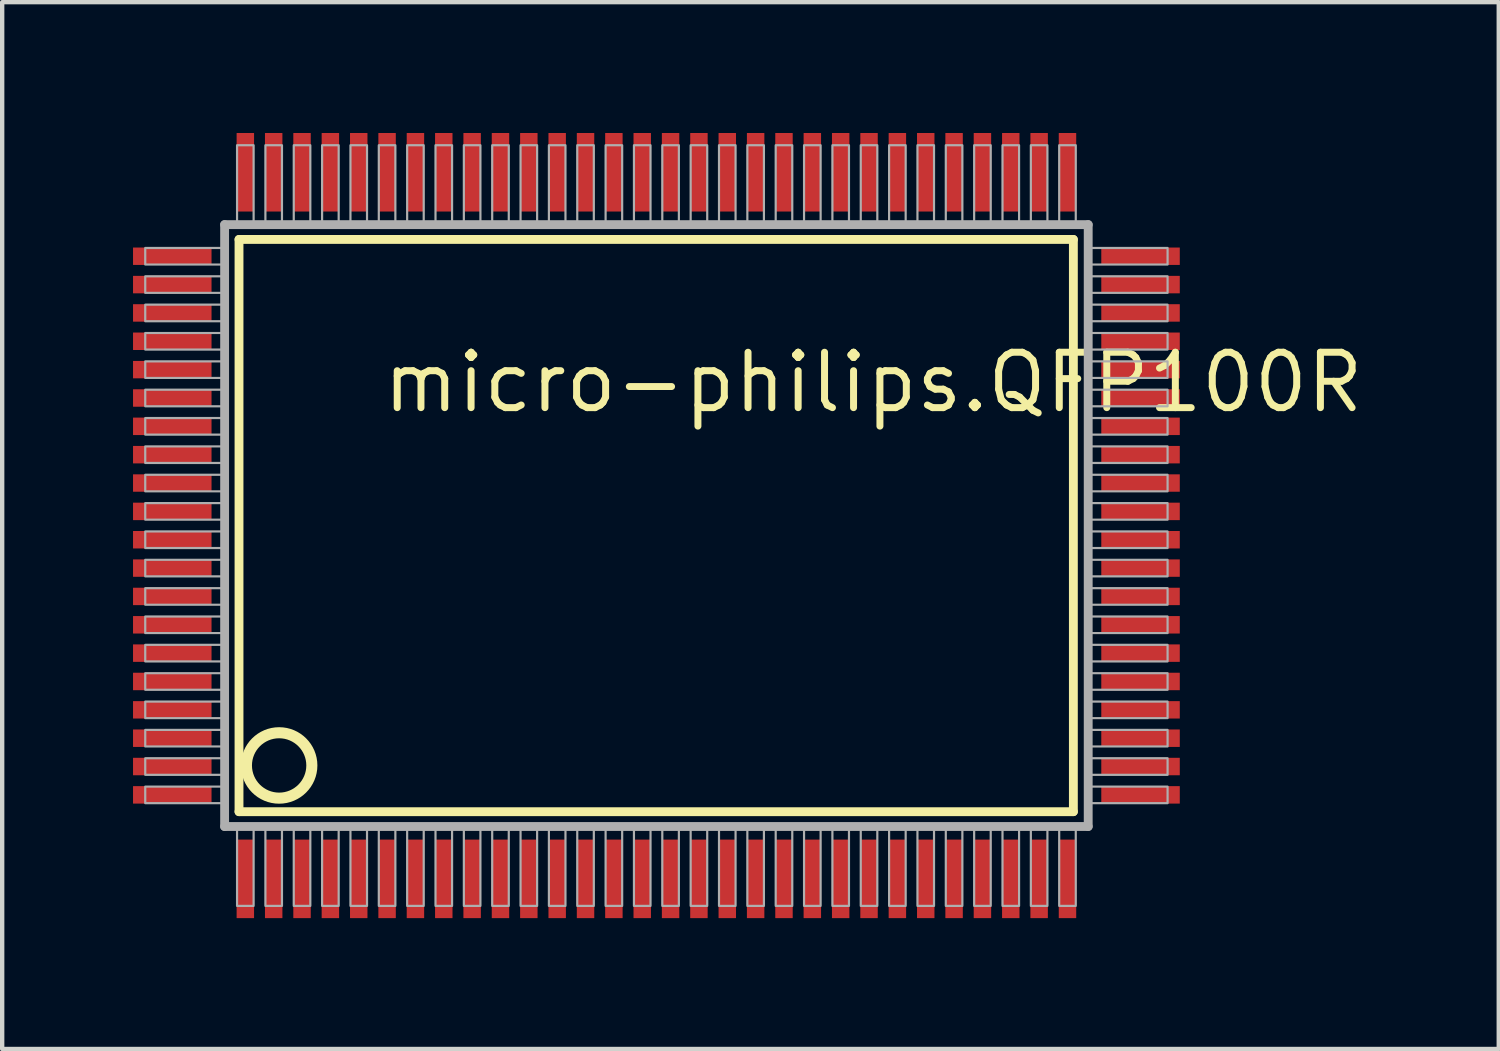
<source format=kicad_pcb>
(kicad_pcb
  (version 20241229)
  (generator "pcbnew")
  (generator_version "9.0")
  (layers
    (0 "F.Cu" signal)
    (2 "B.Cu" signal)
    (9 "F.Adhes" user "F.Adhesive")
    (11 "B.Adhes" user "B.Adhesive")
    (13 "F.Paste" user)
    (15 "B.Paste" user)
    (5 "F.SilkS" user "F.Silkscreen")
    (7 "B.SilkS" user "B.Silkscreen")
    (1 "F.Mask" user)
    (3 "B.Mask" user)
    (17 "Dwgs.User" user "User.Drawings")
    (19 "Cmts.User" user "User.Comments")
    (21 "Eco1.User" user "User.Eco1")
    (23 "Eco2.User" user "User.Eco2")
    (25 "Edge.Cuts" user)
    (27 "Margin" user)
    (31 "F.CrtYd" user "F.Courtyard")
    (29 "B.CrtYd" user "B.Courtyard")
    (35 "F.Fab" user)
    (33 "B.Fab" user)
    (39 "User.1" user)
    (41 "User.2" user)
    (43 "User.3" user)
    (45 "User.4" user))
  (footprint "micro-philips.QFP100R"
    (layer "F.Cu")
    (at 12 9)
    (property "Reference" "micro-philips.QFP100R" (at -6.35 -2.54 0) (layer "F.SilkS") (effects (font (size 1.27 1.27) (thickness 0.16)) (justify left bottom)))
    (attr smd)
    (fp_line (start -9.57 -6.56) (end 9.56 -6.56) (stroke (width 0.203) (type default)) (layer "F.SilkS"))
    (fp_line (start -9.57 6.56) (end -9.57 -6.56) (stroke (width 0.203) (type default)) (layer "F.SilkS"))
    (fp_line (start 9.56 -6.56) (end 9.56 6.56) (stroke (width 0.203) (type default)) (layer "F.SilkS"))
    (fp_line (start 9.56 6.56) (end -9.57 6.56) (stroke (width 0.203) (type default)) (layer "F.SilkS"))
    (fp_circle (center -8.65 5.5) (end -7.9 5.5) (stroke (width 0.254) (type default)) (fill no) (layer "F.SilkS"))
    (fp_line (start -9.9 -6.9) (end -9.9 6.9) (stroke (width 0.203) (type default)) (layer "F.Fab"))
    (fp_line (start -9.9 6.9) (end 9.9 6.9) (stroke (width 0.203) (type default)) (layer "F.Fab"))
    (fp_line (start 9.9 -6.9) (end -9.9 -6.9) (stroke (width 0.203) (type default)) (layer "F.Fab"))
    (fp_line (start 9.9 6.9) (end 9.9 -6.9) (stroke (width 0.203) (type default)) (layer "F.Fab"))
    (fp_rect (start -11.72 -5.985) (end -9.95 -6.365) (stroke (width 0.05) (type default)) (fill no) (layer "F.Fab"))
    (fp_rect (start -11.72 -5.335) (end -9.95 -5.715) (stroke (width 0.05) (type default)) (fill no) (layer "F.Fab"))
    (fp_rect (start -11.72 -4.685) (end -9.95 -5.065) (stroke (width 0.05) (type default)) (fill no) (layer "F.Fab"))
    (fp_rect (start -11.72 -4.035) (end -9.95 -4.415) (stroke (width 0.05) (type default)) (fill no) (layer "F.Fab"))
    (fp_rect (start -11.72 -3.385) (end -9.95 -3.765) (stroke (width 0.05) (type default)) (fill no) (layer "F.Fab"))
    (fp_rect (start -11.72 -2.735) (end -9.95 -3.115) (stroke (width 0.05) (type default)) (fill no) (layer "F.Fab"))
    (fp_rect (start -11.72 -2.085) (end -9.95 -2.465) (stroke (width 0.05) (type default)) (fill no) (layer "F.Fab"))
    (fp_rect (start -11.72 -1.435) (end -9.95 -1.815) (stroke (width 0.05) (type default)) (fill no) (layer "F.Fab"))
    (fp_rect (start -11.72 -0.785) (end -9.95 -1.165) (stroke (width 0.05) (type default)) (fill no) (layer "F.Fab"))
    (fp_rect (start -11.72 -0.135) (end -9.95 -0.515) (stroke (width 0.05) (type default)) (fill no) (layer "F.Fab"))
    (fp_rect (start -11.72 0.515) (end -9.95 0.135) (stroke (width 0.05) (type default)) (fill no) (layer "F.Fab"))
    (fp_rect (start -11.72 1.165) (end -9.95 0.785) (stroke (width 0.05) (type default)) (fill no) (layer "F.Fab"))
    (fp_rect (start -11.72 1.815) (end -9.95 1.435) (stroke (width 0.05) (type default)) (fill no) (layer "F.Fab"))
    (fp_rect (start -11.72 2.465) (end -9.95 2.085) (stroke (width 0.05) (type default)) (fill no) (layer "F.Fab"))
    (fp_rect (start -11.72 3.115) (end -9.95 2.735) (stroke (width 0.05) (type default)) (fill no) (layer "F.Fab"))
    (fp_rect (start -11.72 3.765) (end -9.95 3.385) (stroke (width 0.05) (type default)) (fill no) (layer "F.Fab"))
    (fp_rect (start -11.72 4.415) (end -9.95 4.035) (stroke (width 0.05) (type default)) (fill no) (layer "F.Fab"))
    (fp_rect (start -11.72 5.065) (end -9.95 4.685) (stroke (width 0.05) (type default)) (fill no) (layer "F.Fab"))
    (fp_rect (start -11.72 5.715) (end -9.95 5.335) (stroke (width 0.05) (type default)) (fill no) (layer "F.Fab"))
    (fp_rect (start -11.72 6.365) (end -9.95 5.985) (stroke (width 0.05) (type default)) (fill no) (layer "F.Fab"))
    (fp_rect (start -9.615 -6.95) (end -9.235 -8.72) (stroke (width 0.05) (type default)) (fill no) (layer "F.Fab"))
    (fp_rect (start -9.615 8.72) (end -9.235 6.95) (stroke (width 0.05) (type default)) (fill no) (layer "F.Fab"))
    (fp_rect (start -8.965 -6.95) (end -8.585 -8.72) (stroke (width 0.05) (type default)) (fill no) (layer "F.Fab"))
    (fp_rect (start -8.965 8.72) (end -8.585 6.95) (stroke (width 0.05) (type default)) (fill no) (layer "F.Fab"))
    (fp_rect (start -8.315 -6.95) (end -7.935 -8.72) (stroke (width 0.05) (type default)) (fill no) (layer "F.Fab"))
    (fp_rect (start -8.315 8.72) (end -7.935 6.95) (stroke (width 0.05) (type default)) (fill no) (layer "F.Fab"))
    (fp_rect (start -7.665 -6.95) (end -7.285 -8.72) (stroke (width 0.05) (type default)) (fill no) (layer "F.Fab"))
    (fp_rect (start -7.665 8.72) (end -7.285 6.95) (stroke (width 0.05) (type default)) (fill no) (layer "F.Fab"))
    (fp_rect (start -7.015 -6.95) (end -6.635 -8.72) (stroke (width 0.05) (type default)) (fill no) (layer "F.Fab"))
    (fp_rect (start -7.015 8.72) (end -6.635 6.95) (stroke (width 0.05) (type default)) (fill no) (layer "F.Fab"))
    (fp_rect (start -6.365 -6.95) (end -5.985 -8.72) (stroke (width 0.05) (type default)) (fill no) (layer "F.Fab"))
    (fp_rect (start -6.365 8.72) (end -5.985 6.95) (stroke (width 0.05) (type default)) (fill no) (layer "F.Fab"))
    (fp_rect (start -5.715 -6.95) (end -5.335 -8.72) (stroke (width 0.05) (type default)) (fill no) (layer "F.Fab"))
    (fp_rect (start -5.715 8.72) (end -5.335 6.95) (stroke (width 0.05) (type default)) (fill no) (layer "F.Fab"))
    (fp_rect (start -5.065 -6.95) (end -4.685 -8.72) (stroke (width 0.05) (type default)) (fill no) (layer "F.Fab"))
    (fp_rect (start -5.065 8.72) (end -4.685 6.95) (stroke (width 0.05) (type default)) (fill no) (layer "F.Fab"))
    (fp_rect (start -4.415 -6.95) (end -4.035 -8.72) (stroke (width 0.05) (type default)) (fill no) (layer "F.Fab"))
    (fp_rect (start -4.415 8.72) (end -4.035 6.95) (stroke (width 0.05) (type default)) (fill no) (layer "F.Fab"))
    (fp_rect (start -3.765 -6.95) (end -3.385 -8.72) (stroke (width 0.05) (type default)) (fill no) (layer "F.Fab"))
    (fp_rect (start -3.765 8.72) (end -3.385 6.95) (stroke (width 0.05) (type default)) (fill no) (layer "F.Fab"))
    (fp_rect (start -3.115 -6.95) (end -2.735 -8.72) (stroke (width 0.05) (type default)) (fill no) (layer "F.Fab"))
    (fp_rect (start -3.115 8.72) (end -2.735 6.95) (stroke (width 0.05) (type default)) (fill no) (layer "F.Fab"))
    (fp_rect (start -2.465 -6.95) (end -2.085 -8.72) (stroke (width 0.05) (type default)) (fill no) (layer "F.Fab"))
    (fp_rect (start -2.465 8.72) (end -2.085 6.95) (stroke (width 0.05) (type default)) (fill no) (layer "F.Fab"))
    (fp_rect (start -1.815 -6.95) (end -1.435 -8.72) (stroke (width 0.05) (type default)) (fill no) (layer "F.Fab"))
    (fp_rect (start -1.815 8.72) (end -1.435 6.95) (stroke (width 0.05) (type default)) (fill no) (layer "F.Fab"))
    (fp_rect (start -1.165 -6.95) (end -0.785 -8.72) (stroke (width 0.05) (type default)) (fill no) (layer "F.Fab"))
    (fp_rect (start -1.165 8.72) (end -0.785 6.95) (stroke (width 0.05) (type default)) (fill no) (layer "F.Fab"))
    (fp_rect (start -0.515 -6.95) (end -0.135 -8.72) (stroke (width 0.05) (type default)) (fill no) (layer "F.Fab"))
    (fp_rect (start -0.515 8.72) (end -0.135 6.95) (stroke (width 0.05) (type default)) (fill no) (layer "F.Fab"))
    (fp_rect (start 0.135 -6.95) (end 0.515 -8.72) (stroke (width 0.05) (type default)) (fill no) (layer "F.Fab"))
    (fp_rect (start 0.135 8.72) (end 0.515 6.95) (stroke (width 0.05) (type default)) (fill no) (layer "F.Fab"))
    (fp_rect (start 0.785 -6.95) (end 1.165 -8.72) (stroke (width 0.05) (type default)) (fill no) (layer "F.Fab"))
    (fp_rect (start 0.785 8.72) (end 1.165 6.95) (stroke (width 0.05) (type default)) (fill no) (layer "F.Fab"))
    (fp_rect (start 1.435 -6.95) (end 1.815 -8.72) (stroke (width 0.05) (type default)) (fill no) (layer "F.Fab"))
    (fp_rect (start 1.435 8.72) (end 1.815 6.95) (stroke (width 0.05) (type default)) (fill no) (layer "F.Fab"))
    (fp_rect (start 2.085 -6.95) (end 2.465 -8.72) (stroke (width 0.05) (type default)) (fill no) (layer "F.Fab"))
    (fp_rect (start 2.085 8.72) (end 2.465 6.95) (stroke (width 0.05) (type default)) (fill no) (layer "F.Fab"))
    (fp_rect (start 2.735 -6.95) (end 3.115 -8.72) (stroke (width 0.05) (type default)) (fill no) (layer "F.Fab"))
    (fp_rect (start 2.735 8.72) (end 3.115 6.95) (stroke (width 0.05) (type default)) (fill no) (layer "F.Fab"))
    (fp_rect (start 3.385 -6.95) (end 3.765 -8.72) (stroke (width 0.05) (type default)) (fill no) (layer "F.Fab"))
    (fp_rect (start 3.385 8.72) (end 3.765 6.95) (stroke (width 0.05) (type default)) (fill no) (layer "F.Fab"))
    (fp_rect (start 4.035 -6.95) (end 4.415 -8.72) (stroke (width 0.05) (type default)) (fill no) (layer "F.Fab"))
    (fp_rect (start 4.035 8.72) (end 4.415 6.95) (stroke (width 0.05) (type default)) (fill no) (layer "F.Fab"))
    (fp_rect (start 4.685 -6.95) (end 5.065 -8.72) (stroke (width 0.05) (type default)) (fill no) (layer "F.Fab"))
    (fp_rect (start 4.685 8.72) (end 5.065 6.95) (stroke (width 0.05) (type default)) (fill no) (layer "F.Fab"))
    (fp_rect (start 5.335 -6.95) (end 5.715 -8.72) (stroke (width 0.05) (type default)) (fill no) (layer "F.Fab"))
    (fp_rect (start 5.335 8.72) (end 5.715 6.95) (stroke (width 0.05) (type default)) (fill no) (layer "F.Fab"))
    (fp_rect (start 5.985 -6.95) (end 6.365 -8.72) (stroke (width 0.05) (type default)) (fill no) (layer "F.Fab"))
    (fp_rect (start 5.985 8.72) (end 6.365 6.95) (stroke (width 0.05) (type default)) (fill no) (layer "F.Fab"))
    (fp_rect (start 6.635 -6.95) (end 7.015 -8.72) (stroke (width 0.05) (type default)) (fill no) (layer "F.Fab"))
    (fp_rect (start 6.635 8.72) (end 7.015 6.95) (stroke (width 0.05) (type default)) (fill no) (layer "F.Fab"))
    (fp_rect (start 7.285 -6.95) (end 7.665 -8.72) (stroke (width 0.05) (type default)) (fill no) (layer "F.Fab"))
    (fp_rect (start 7.285 8.72) (end 7.665 6.95) (stroke (width 0.05) (type default)) (fill no) (layer "F.Fab"))
    (fp_rect (start 7.935 -6.95) (end 8.315 -8.72) (stroke (width 0.05) (type default)) (fill no) (layer "F.Fab"))
    (fp_rect (start 7.935 8.72) (end 8.315 6.95) (stroke (width 0.05) (type default)) (fill no) (layer "F.Fab"))
    (fp_rect (start 8.585 -6.95) (end 8.965 -8.72) (stroke (width 0.05) (type default)) (fill no) (layer "F.Fab"))
    (fp_rect (start 8.585 8.72) (end 8.965 6.95) (stroke (width 0.05) (type default)) (fill no) (layer "F.Fab"))
    (fp_rect (start 9.235 -6.95) (end 9.615 -8.72) (stroke (width 0.05) (type default)) (fill no) (layer "F.Fab"))
    (fp_rect (start 9.235 8.72) (end 9.615 6.95) (stroke (width 0.05) (type default)) (fill no) (layer "F.Fab"))
    (fp_rect (start 9.95 -5.985) (end 11.72 -6.365) (stroke (width 0.05) (type default)) (fill no) (layer "F.Fab"))
    (fp_rect (start 9.95 -5.335) (end 11.72 -5.715) (stroke (width 0.05) (type default)) (fill no) (layer "F.Fab"))
    (fp_rect (start 9.95 -4.685) (end 11.72 -5.065) (stroke (width 0.05) (type default)) (fill no) (layer "F.Fab"))
    (fp_rect (start 9.95 -4.035) (end 11.72 -4.415) (stroke (width 0.05) (type default)) (fill no) (layer "F.Fab"))
    (fp_rect (start 9.95 -3.385) (end 11.72 -3.765) (stroke (width 0.05) (type default)) (fill no) (layer "F.Fab"))
    (fp_rect (start 9.95 -2.735) (end 11.72 -3.115) (stroke (width 0.05) (type default)) (fill no) (layer "F.Fab"))
    (fp_rect (start 9.95 -2.085) (end 11.72 -2.465) (stroke (width 0.05) (type default)) (fill no) (layer "F.Fab"))
    (fp_rect (start 9.95 -1.435) (end 11.72 -1.815) (stroke (width 0.05) (type default)) (fill no) (layer "F.Fab"))
    (fp_rect (start 9.95 -0.785) (end 11.72 -1.165) (stroke (width 0.05) (type default)) (fill no) (layer "F.Fab"))
    (fp_rect (start 9.95 -0.135) (end 11.72 -0.515) (stroke (width 0.05) (type default)) (fill no) (layer "F.Fab"))
    (fp_rect (start 9.95 0.515) (end 11.72 0.135) (stroke (width 0.05) (type default)) (fill no) (layer "F.Fab"))
    (fp_rect (start 9.95 1.165) (end 11.72 0.785) (stroke (width 0.05) (type default)) (fill no) (layer "F.Fab"))
    (fp_rect (start 9.95 1.815) (end 11.72 1.435) (stroke (width 0.05) (type default)) (fill no) (layer "F.Fab"))
    (fp_rect (start 9.95 2.465) (end 11.72 2.085) (stroke (width 0.05) (type default)) (fill no) (layer "F.Fab"))
    (fp_rect (start 9.95 3.115) (end 11.72 2.735) (stroke (width 0.05) (type default)) (fill no) (layer "F.Fab"))
    (fp_rect (start 9.95 3.765) (end 11.72 3.385) (stroke (width 0.05) (type default)) (fill no) (layer "F.Fab"))
    (fp_rect (start 9.95 4.415) (end 11.72 4.035) (stroke (width 0.05) (type default)) (fill no) (layer "F.Fab"))
    (fp_rect (start 9.95 5.065) (end 11.72 4.685) (stroke (width 0.05) (type default)) (fill no) (layer "F.Fab"))
    (fp_rect (start 9.95 5.715) (end 11.72 5.335) (stroke (width 0.05) (type default)) (fill no) (layer "F.Fab"))
    (fp_rect (start 9.95 6.365) (end 11.72 5.985) (stroke (width 0.05) (type default)) (fill no) (layer "F.Fab"))
    (pad "1" smd roundrect (at -9.425 8.1) (size 0.4 1.8) (layers "F.Cu" "F.Mask" "F.Paste") (roundrect_rratio 0.01))
    (pad "2" smd roundrect (at -8.775 8.1) (size 0.4 1.8) (layers "F.Cu" "F.Mask" "F.Paste") (roundrect_rratio 0.01))
    (pad "3" smd roundrect (at -8.125 8.1) (size 0.4 1.8) (layers "F.Cu" "F.Mask" "F.Paste") (roundrect_rratio 0.01))
    (pad "4" smd roundrect (at -7.475 8.1) (size 0.4 1.8) (layers "F.Cu" "F.Mask" "F.Paste") (roundrect_rratio 0.01))
    (pad "5" smd roundrect (at -6.825 8.1) (size 0.4 1.8) (layers "F.Cu" "F.Mask" "F.Paste") (roundrect_rratio 0.01))
    (pad "6" smd roundrect (at -6.175 8.1) (size 0.4 1.8) (layers "F.Cu" "F.Mask" "F.Paste") (roundrect_rratio 0.01))
    (pad "7" smd roundrect (at -5.525 8.1) (size 0.4 1.8) (layers "F.Cu" "F.Mask" "F.Paste") (roundrect_rratio 0.01))
    (pad "8" smd roundrect (at -4.875 8.1) (size 0.4 1.8) (layers "F.Cu" "F.Mask" "F.Paste") (roundrect_rratio 0.01))
    (pad "9" smd roundrect (at -4.225 8.1) (size 0.4 1.8) (layers "F.Cu" "F.Mask" "F.Paste") (roundrect_rratio 0.01))
    (pad "10" smd roundrect (at -3.575 8.1) (size 0.4 1.8) (layers "F.Cu" "F.Mask" "F.Paste") (roundrect_rratio 0.01))
    (pad "11" smd roundrect (at -2.925 8.1) (size 0.4 1.8) (layers "F.Cu" "F.Mask" "F.Paste") (roundrect_rratio 0.01))
    (pad "12" smd roundrect (at -2.275 8.1) (size 0.4 1.8) (layers "F.Cu" "F.Mask" "F.Paste") (roundrect_rratio 0.01))
    (pad "13" smd roundrect (at -1.625 8.1) (size 0.4 1.8) (layers "F.Cu" "F.Mask" "F.Paste") (roundrect_rratio 0.01))
    (pad "14" smd roundrect (at -0.975 8.1) (size 0.4 1.8) (layers "F.Cu" "F.Mask" "F.Paste") (roundrect_rratio 0.01))
    (pad "15" smd roundrect (at -0.325 8.1) (size 0.4 1.8) (layers "F.Cu" "F.Mask" "F.Paste") (roundrect_rratio 0.01))
    (pad "16" smd roundrect (at 0.325 8.1) (size 0.4 1.8) (layers "F.Cu" "F.Mask" "F.Paste") (roundrect_rratio 0.01))
    (pad "17" smd roundrect (at 0.975 8.1) (size 0.4 1.8) (layers "F.Cu" "F.Mask" "F.Paste") (roundrect_rratio 0.01))
    (pad "18" smd roundrect (at 1.625 8.1) (size 0.4 1.8) (layers "F.Cu" "F.Mask" "F.Paste") (roundrect_rratio 0.01))
    (pad "19" smd roundrect (at 2.275 8.1) (size 0.4 1.8) (layers "F.Cu" "F.Mask" "F.Paste") (roundrect_rratio 0.01))
    (pad "20" smd roundrect (at 2.925 8.1) (size 0.4 1.8) (layers "F.Cu" "F.Mask" "F.Paste") (roundrect_rratio 0.01))
    (pad "21" smd roundrect (at 3.575 8.1) (size 0.4 1.8) (layers "F.Cu" "F.Mask" "F.Paste") (roundrect_rratio 0.01))
    (pad "22" smd roundrect (at 4.225 8.1) (size 0.4 1.8) (layers "F.Cu" "F.Mask" "F.Paste") (roundrect_rratio 0.01))
    (pad "23" smd roundrect (at 4.875 8.1) (size 0.4 1.8) (layers "F.Cu" "F.Mask" "F.Paste") (roundrect_rratio 0.01))
    (pad "24" smd roundrect (at 5.525 8.1) (size 0.4 1.8) (layers "F.Cu" "F.Mask" "F.Paste") (roundrect_rratio 0.01))
    (pad "25" smd roundrect (at 6.175 8.1) (size 0.4 1.8) (layers "F.Cu" "F.Mask" "F.Paste") (roundrect_rratio 0.01))
    (pad "26" smd roundrect (at 6.825 8.1) (size 0.4 1.8) (layers "F.Cu" "F.Mask" "F.Paste") (roundrect_rratio 0.01))
    (pad "27" smd roundrect (at 7.475 8.1) (size 0.4 1.8) (layers "F.Cu" "F.Mask" "F.Paste") (roundrect_rratio 0.01))
    (pad "28" smd roundrect (at 8.125 8.1) (size 0.4 1.8) (layers "F.Cu" "F.Mask" "F.Paste") (roundrect_rratio 0.01))
    (pad "29" smd roundrect (at 8.775 8.1) (size 0.4 1.8) (layers "F.Cu" "F.Mask" "F.Paste") (roundrect_rratio 0.01))
    (pad "30" smd roundrect (at 9.425 8.1) (size 0.4 1.8) (layers "F.Cu" "F.Mask" "F.Paste") (roundrect_rratio 0.01))
    (pad "31" smd roundrect (at 11.1 6.175) (size 1.8 0.4) (layers "F.Cu" "F.Mask" "F.Paste") (roundrect_rratio 0.01))
    (pad "32" smd roundrect (at 11.1 5.525) (size 1.8 0.4) (layers "F.Cu" "F.Mask" "F.Paste") (roundrect_rratio 0.01))
    (pad "33" smd roundrect (at 11.1 4.875) (size 1.8 0.4) (layers "F.Cu" "F.Mask" "F.Paste") (roundrect_rratio 0.01))
    (pad "34" smd roundrect (at 11.1 4.225) (size 1.8 0.4) (layers "F.Cu" "F.Mask" "F.Paste") (roundrect_rratio 0.01))
    (pad "35" smd roundrect (at 11.1 3.575) (size 1.8 0.4) (layers "F.Cu" "F.Mask" "F.Paste") (roundrect_rratio 0.01))
    (pad "36" smd roundrect (at 11.1 2.925) (size 1.8 0.4) (layers "F.Cu" "F.Mask" "F.Paste") (roundrect_rratio 0.01))
    (pad "37" smd roundrect (at 11.1 2.275) (size 1.8 0.4) (layers "F.Cu" "F.Mask" "F.Paste") (roundrect_rratio 0.01))
    (pad "38" smd roundrect (at 11.1 1.625) (size 1.8 0.4) (layers "F.Cu" "F.Mask" "F.Paste") (roundrect_rratio 0.01))
    (pad "39" smd roundrect (at 11.1 0.975) (size 1.8 0.4) (layers "F.Cu" "F.Mask" "F.Paste") (roundrect_rratio 0.01))
    (pad "40" smd roundrect (at 11.1 0.325) (size 1.8 0.4) (layers "F.Cu" "F.Mask" "F.Paste") (roundrect_rratio 0.01))
    (pad "41" smd roundrect (at 11.1 -0.325) (size 1.8 0.4) (layers "F.Cu" "F.Mask" "F.Paste") (roundrect_rratio 0.01))
    (pad "42" smd roundrect (at 11.1 -0.975) (size 1.8 0.4) (layers "F.Cu" "F.Mask" "F.Paste") (roundrect_rratio 0.01))
    (pad "43" smd roundrect (at 11.1 -1.625) (size 1.8 0.4) (layers "F.Cu" "F.Mask" "F.Paste") (roundrect_rratio 0.01))
    (pad "44" smd roundrect (at 11.1 -2.275) (size 1.8 0.4) (layers "F.Cu" "F.Mask" "F.Paste") (roundrect_rratio 0.01))
    (pad "45" smd roundrect (at 11.1 -2.925) (size 1.8 0.4) (layers "F.Cu" "F.Mask" "F.Paste") (roundrect_rratio 0.01))
    (pad "46" smd roundrect (at 11.1 -3.575) (size 1.8 0.4) (layers "F.Cu" "F.Mask" "F.Paste") (roundrect_rratio 0.01))
    (pad "47" smd roundrect (at 11.1 -4.225) (size 1.8 0.4) (layers "F.Cu" "F.Mask" "F.Paste") (roundrect_rratio 0.01))
    (pad "48" smd roundrect (at 11.1 -4.875) (size 1.8 0.4) (layers "F.Cu" "F.Mask" "F.Paste") (roundrect_rratio 0.01))
    (pad "49" smd roundrect (at 11.1 -5.525) (size 1.8 0.4) (layers "F.Cu" "F.Mask" "F.Paste") (roundrect_rratio 0.01))
    (pad "50" smd roundrect (at 11.1 -6.175) (size 1.8 0.4) (layers "F.Cu" "F.Mask" "F.Paste") (roundrect_rratio 0.01))
    (pad "51" smd roundrect (at 9.425 -8.1) (size 0.4 1.8) (layers "F.Cu" "F.Mask" "F.Paste") (roundrect_rratio 0.01))
    (pad "52" smd roundrect (at 8.775 -8.1) (size 0.4 1.8) (layers "F.Cu" "F.Mask" "F.Paste") (roundrect_rratio 0.01))
    (pad "53" smd roundrect (at 8.125 -8.1) (size 0.4 1.8) (layers "F.Cu" "F.Mask" "F.Paste") (roundrect_rratio 0.01))
    (pad "54" smd roundrect (at 7.475 -8.1) (size 0.4 1.8) (layers "F.Cu" "F.Mask" "F.Paste") (roundrect_rratio 0.01))
    (pad "55" smd roundrect (at 6.825 -8.1) (size 0.4 1.8) (layers "F.Cu" "F.Mask" "F.Paste") (roundrect_rratio 0.01))
    (pad "56" smd roundrect (at 6.175 -8.1) (size 0.4 1.8) (layers "F.Cu" "F.Mask" "F.Paste") (roundrect_rratio 0.01))
    (pad "57" smd roundrect (at 5.525 -8.1) (size 0.4 1.8) (layers "F.Cu" "F.Mask" "F.Paste") (roundrect_rratio 0.01))
    (pad "58" smd roundrect (at 4.875 -8.1) (size 0.4 1.8) (layers "F.Cu" "F.Mask" "F.Paste") (roundrect_rratio 0.01))
    (pad "59" smd roundrect (at 4.225 -8.1) (size 0.4 1.8) (layers "F.Cu" "F.Mask" "F.Paste") (roundrect_rratio 0.01))
    (pad "60" smd roundrect (at 3.575 -8.1) (size 0.4 1.8) (layers "F.Cu" "F.Mask" "F.Paste") (roundrect_rratio 0.01))
    (pad "61" smd roundrect (at 2.925 -8.1) (size 0.4 1.8) (layers "F.Cu" "F.Mask" "F.Paste") (roundrect_rratio 0.01))
    (pad "62" smd roundrect (at 2.275 -8.1) (size 0.4 1.8) (layers "F.Cu" "F.Mask" "F.Paste") (roundrect_rratio 0.01))
    (pad "63" smd roundrect (at 1.625 -8.1) (size 0.4 1.8) (layers "F.Cu" "F.Mask" "F.Paste") (roundrect_rratio 0.01))
    (pad "64" smd roundrect (at 0.975 -8.1) (size 0.4 1.8) (layers "F.Cu" "F.Mask" "F.Paste") (roundrect_rratio 0.01))
    (pad "65" smd roundrect (at 0.325 -8.1) (size 0.4 1.8) (layers "F.Cu" "F.Mask" "F.Paste") (roundrect_rratio 0.01))
    (pad "66" smd roundrect (at -0.325 -8.1) (size 0.4 1.8) (layers "F.Cu" "F.Mask" "F.Paste") (roundrect_rratio 0.01))
    (pad "67" smd roundrect (at -0.975 -8.1) (size 0.4 1.8) (layers "F.Cu" "F.Mask" "F.Paste") (roundrect_rratio 0.01))
    (pad "68" smd roundrect (at -1.625 -8.1) (size 0.4 1.8) (layers "F.Cu" "F.Mask" "F.Paste") (roundrect_rratio 0.01))
    (pad "69" smd roundrect (at -2.275 -8.1) (size 0.4 1.8) (layers "F.Cu" "F.Mask" "F.Paste") (roundrect_rratio 0.01))
    (pad "70" smd roundrect (at -2.925 -8.1) (size 0.4 1.8) (layers "F.Cu" "F.Mask" "F.Paste") (roundrect_rratio 0.01))
    (pad "71" smd roundrect (at -3.575 -8.1) (size 0.4 1.8) (layers "F.Cu" "F.Mask" "F.Paste") (roundrect_rratio 0.01))
    (pad "72" smd roundrect (at -4.225 -8.1) (size 0.4 1.8) (layers "F.Cu" "F.Mask" "F.Paste") (roundrect_rratio 0.01))
    (pad "73" smd roundrect (at -4.875 -8.1) (size 0.4 1.8) (layers "F.Cu" "F.Mask" "F.Paste") (roundrect_rratio 0.01))
    (pad "74" smd roundrect (at -5.525 -8.1) (size 0.4 1.8) (layers "F.Cu" "F.Mask" "F.Paste") (roundrect_rratio 0.01))
    (pad "75" smd roundrect (at -6.175 -8.1) (size 0.4 1.8) (layers "F.Cu" "F.Mask" "F.Paste") (roundrect_rratio 0.01))
    (pad "76" smd roundrect (at -6.825 -8.1) (size 0.4 1.8) (layers "F.Cu" "F.Mask" "F.Paste") (roundrect_rratio 0.01))
    (pad "77" smd roundrect (at -7.475 -8.1) (size 0.4 1.8) (layers "F.Cu" "F.Mask" "F.Paste") (roundrect_rratio 0.01))
    (pad "78" smd roundrect (at -8.125 -8.1) (size 0.4 1.8) (layers "F.Cu" "F.Mask" "F.Paste") (roundrect_rratio 0.01))
    (pad "79" smd roundrect (at -8.775 -8.1) (size 0.4 1.8) (layers "F.Cu" "F.Mask" "F.Paste") (roundrect_rratio 0.01))
    (pad "80" smd roundrect (at -9.425 -8.1) (size 0.4 1.8) (layers "F.Cu" "F.Mask" "F.Paste") (roundrect_rratio 0.01))
    (pad "81" smd roundrect (at -11.1 -6.175) (size 1.8 0.4) (layers "F.Cu" "F.Mask" "F.Paste") (roundrect_rratio 0.01))
    (pad "82" smd roundrect (at -11.1 -5.525) (size 1.8 0.4) (layers "F.Cu" "F.Mask" "F.Paste") (roundrect_rratio 0.01))
    (pad "83" smd roundrect (at -11.1 -4.875) (size 1.8 0.4) (layers "F.Cu" "F.Mask" "F.Paste") (roundrect_rratio 0.01))
    (pad "84" smd roundrect (at -11.1 -4.225) (size 1.8 0.4) (layers "F.Cu" "F.Mask" "F.Paste") (roundrect_rratio 0.01))
    (pad "85" smd roundrect (at -11.1 -3.575) (size 1.8 0.4) (layers "F.Cu" "F.Mask" "F.Paste") (roundrect_rratio 0.01))
    (pad "86" smd roundrect (at -11.1 -2.925) (size 1.8 0.4) (layers "F.Cu" "F.Mask" "F.Paste") (roundrect_rratio 0.01))
    (pad "87" smd roundrect (at -11.1 -2.275) (size 1.8 0.4) (layers "F.Cu" "F.Mask" "F.Paste") (roundrect_rratio 0.01))
    (pad "88" smd roundrect (at -11.1 -1.625) (size 1.8 0.4) (layers "F.Cu" "F.Mask" "F.Paste") (roundrect_rratio 0.01))
    (pad "89" smd roundrect (at -11.1 -0.975) (size 1.8 0.4) (layers "F.Cu" "F.Mask" "F.Paste") (roundrect_rratio 0.01))
    (pad "90" smd roundrect (at -11.1 -0.325) (size 1.8 0.4) (layers "F.Cu" "F.Mask" "F.Paste") (roundrect_rratio 0.01))
    (pad "91" smd roundrect (at -11.1 0.325) (size 1.8 0.4) (layers "F.Cu" "F.Mask" "F.Paste") (roundrect_rratio 0.01))
    (pad "92" smd roundrect (at -11.1 0.975) (size 1.8 0.4) (layers "F.Cu" "F.Mask" "F.Paste") (roundrect_rratio 0.01))
    (pad "93" smd roundrect (at -11.1 1.625) (size 1.8 0.4) (layers "F.Cu" "F.Mask" "F.Paste") (roundrect_rratio 0.01))
    (pad "94" smd roundrect (at -11.1 2.275) (size 1.8 0.4) (layers "F.Cu" "F.Mask" "F.Paste") (roundrect_rratio 0.01))
    (pad "95" smd roundrect (at -11.1 2.925) (size 1.8 0.4) (layers "F.Cu" "F.Mask" "F.Paste") (roundrect_rratio 0.01))
    (pad "96" smd roundrect (at -11.1 3.575) (size 1.8 0.4) (layers "F.Cu" "F.Mask" "F.Paste") (roundrect_rratio 0.01))
    (pad "97" smd roundrect (at -11.1 4.225) (size 1.8 0.4) (layers "F.Cu" "F.Mask" "F.Paste") (roundrect_rratio 0.01))
    (pad "98" smd roundrect (at -11.1 4.875) (size 1.8 0.4) (layers "F.Cu" "F.Mask" "F.Paste") (roundrect_rratio 0.01))
    (pad "99" smd roundrect (at -11.1 5.525) (size 1.8 0.4) (layers "F.Cu" "F.Mask" "F.Paste") (roundrect_rratio 0.01))
    (pad "100" smd roundrect (at -11.1 6.175) (size 1.8 0.4) (layers "F.Cu" "F.Mask" "F.Paste") (roundrect_rratio 0.01)))
  (gr_rect
    (start -3 -3)
    (end 31.313 21)
    (stroke (width 0.1) (type default))
    (fill no)
    (layer "Edge.Cuts")))
</source>
